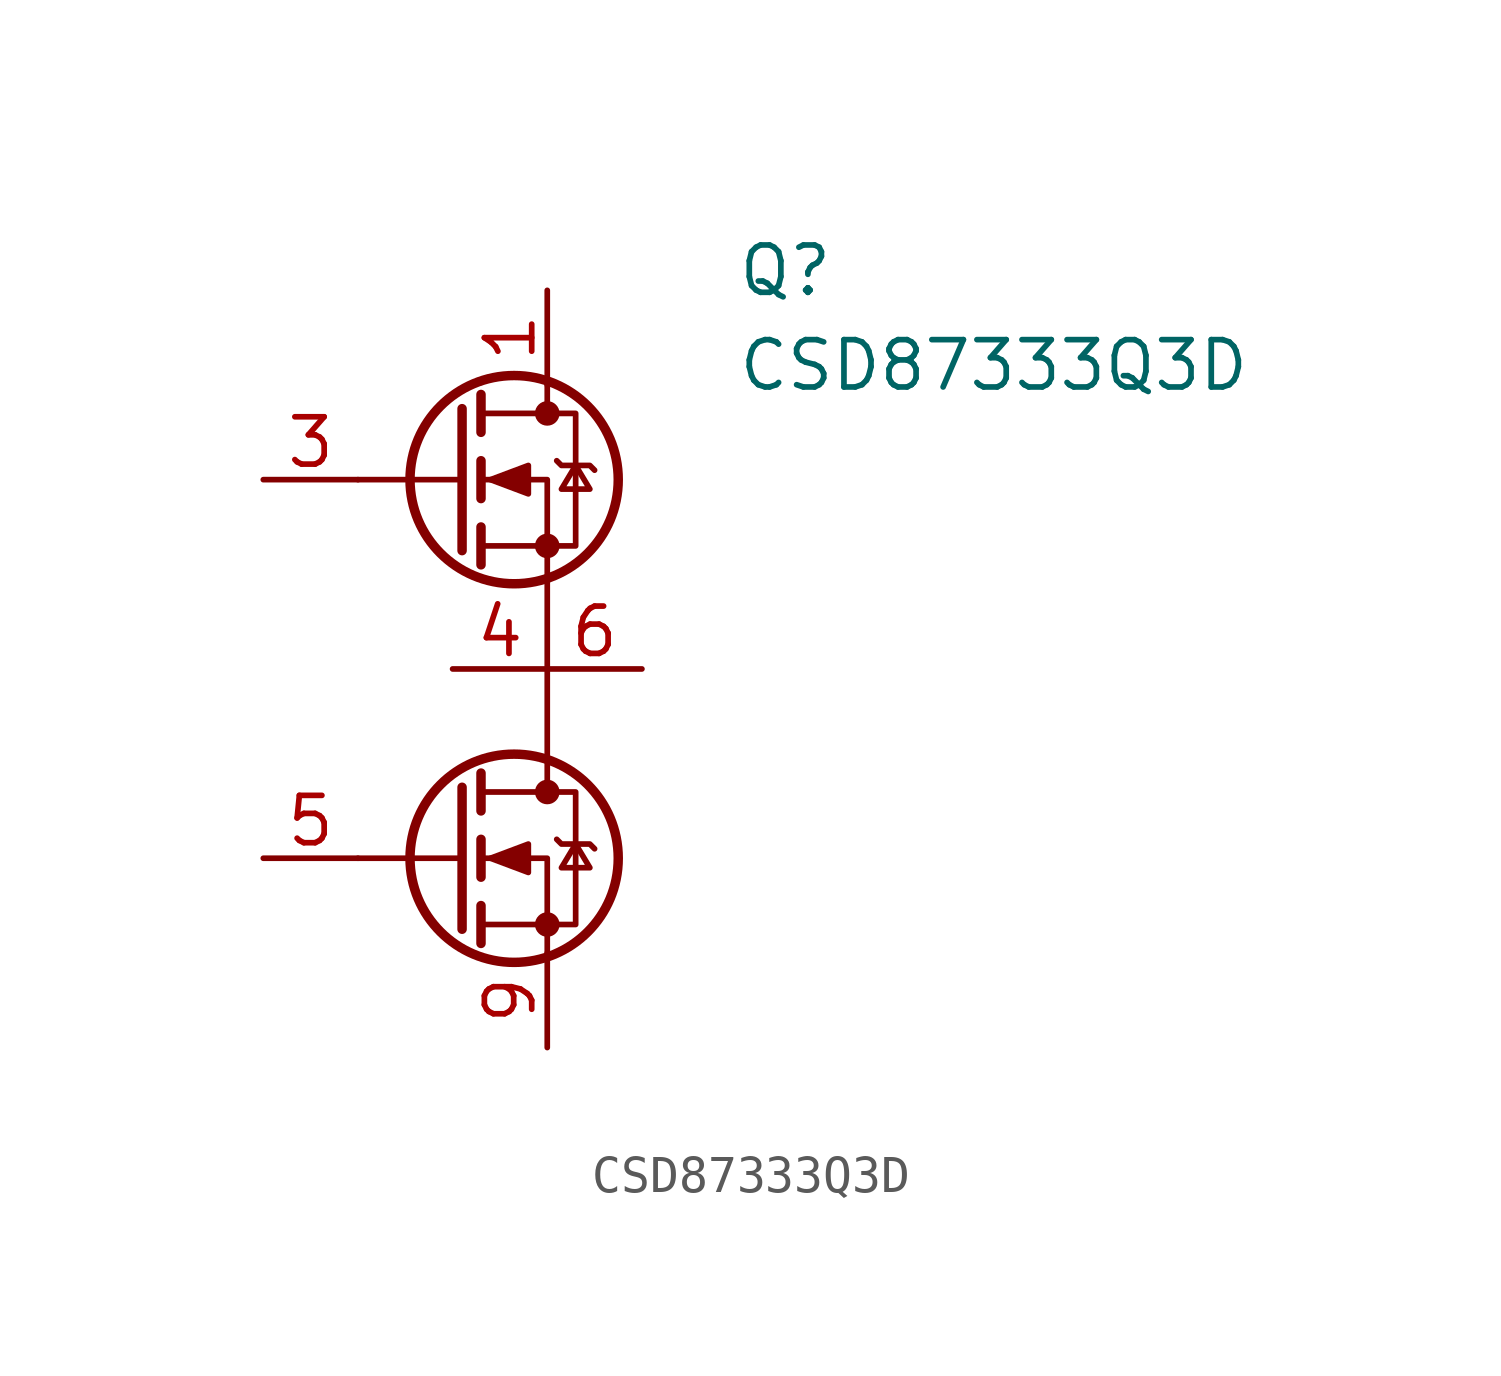
<source format=kicad_sym>
(kicad_symbol_lib
  (version 20220914)
  (generator kicad_symbol_editor)
  (symbol "CSD87333Q3D"
    (pin_names hide)
    (property "Reference" "Q"
      (at 5.08 11.43 0)
      (effects (font (size 1.27 1.27)) (justify left top)))
    (property "Value" "CSD87333Q3D"
      (at 5.08 8.89 0)
      (effects (font (size 1.27 1.27)) (justify left top)))
    (symbol "CSD87333Q3D_0_1"
      (circle (center -0.889 -5.08) (radius 2.794) (stroke (width 0.254) (type default)) (fill (type none)))
      (circle (center -0.889 5.08) (radius 2.794) (stroke (width 0.254) (type default)) (fill (type none)))
      (circle (center 0 -6.858) (radius 0.254) (stroke (width 0) (type default)) (fill (type outline)))
      (circle (center 0 -3.302) (radius 0.254) (stroke (width 0) (type default)) (fill (type outline)))
      (polyline (pts (xy -2.286 -5.08) (xy -5.08 -5.08)) (stroke (width 0) (type default)) (fill (type none)))
      (polyline (pts (xy -2.286 -3.175) (xy -2.286 -6.985)) (stroke (width 0.254) (type default)) (fill (type none)))
      (polyline (pts (xy -2.286 5.08) (xy -5.08 5.08)) (stroke (width 0) (type default)) (fill (type none)))
      (polyline (pts (xy -2.286 6.985) (xy -2.286 3.175)) (stroke (width 0.254) (type default)) (fill (type none)))
      (polyline (pts (xy -1.778 -6.35) (xy -1.778 -7.366)) (stroke (width 0.254) (type default)) (fill (type none)))
      (polyline (pts (xy -1.778 -4.572) (xy -1.778 -5.588)) (stroke (width 0.254) (type default)) (fill (type none)))
      (polyline (pts (xy -1.778 -2.794) (xy -1.778 -3.81)) (stroke (width 0.254) (type default)) (fill (type none)))
      (polyline (pts (xy -1.778 3.81) (xy -1.778 2.794)) (stroke (width 0.254) (type default)) (fill (type none)))
      (polyline (pts (xy -1.778 5.588) (xy -1.778 4.572)) (stroke (width 0.254) (type default)) (fill (type none)))
      (polyline (pts (xy -1.778 7.366) (xy -1.778 6.35)) (stroke (width 0.254) (type default)) (fill (type none)))
      (polyline (pts (xy 0 7.62) (xy 0 6.858)) (stroke (width 0) (type default)) (fill (type none)))
      (polyline (pts (xy 0 -7.62) (xy 0 -5.08) (xy -1.778 -5.08)) (stroke (width 0) (type default)) (fill (type none)))
      (polyline (pts (xy 0 -3.302) (xy 0 5.08) (xy -1.778 5.08)) (stroke (width 0) (type default)) (fill (type none)))
      (polyline (pts (xy -1.778 -6.858) (xy 0.762 -6.858) (xy 0.762 -3.302) (xy -1.778 -3.302)) (stroke (width 0) (type default)) (fill (type none)))
      (polyline (pts (xy -1.778 3.302) (xy 0.762 3.302) (xy 0.762 6.858) (xy -1.778 6.858)) (stroke (width 0) (type default)) (fill (type none)))
      (polyline (pts (xy -1.524 -5.08) (xy -0.508 -4.699) (xy -0.508 -5.461) (xy -1.524 -5.08)) (stroke (width 0) (type default)) (fill (type outline)))
      (polyline (pts (xy -1.524 5.08) (xy -0.508 5.461) (xy -0.508 4.699) (xy -1.524 5.08)) (stroke (width 0) (type default)) (fill (type outline)))
      (polyline (pts (xy 0.254 -4.572) (xy 0.381 -4.699) (xy 1.143 -4.699) (xy 1.27 -4.826)) (stroke (width 0) (type default)) (fill (type none)))
      (polyline (pts (xy 0.254 5.588) (xy 0.381 5.461) (xy 1.143 5.461) (xy 1.27 5.334)) (stroke (width 0) (type default)) (fill (type none)))
      (polyline (pts (xy 0.762 -4.699) (xy 0.381 -5.334) (xy 1.143 -5.334) (xy 0.762 -4.699)) (stroke (width 0) (type default)) (fill (type none)))
      (polyline (pts (xy 0.762 5.461) (xy 0.381 4.826) (xy 1.143 4.826) (xy 0.762 5.461)) (stroke (width 0) (type default)) (fill (type none)))
      (circle (center 0 3.302) (radius 0.254) (stroke (width 0) (type default)) (fill (type outline)))
      (circle (center 0 6.858) (radius 0.254) (stroke (width 0) (type default)) (fill (type outline))))
    (symbol "CSD87333Q3D_1_1"
      (pin passive line (at 0 10.16 270) (length 2.54) (name "VIN" (effects (font (size 1.27 1.27)))) (number "1" (effects (font (size 1.27 1.27)))))
      (pin passive line (at 0 -10.16 90) (length 2.54) hide (name "GND" (effects (font (size 1.27 1.27)))) (number "10" (effects (font (size 1.27 1.27)))))
      (pin passive line (at 0 -10.16 90) (length 2.54) hide (name "GND" (effects (font (size 1.27 1.27)))) (number "11" (effects (font (size 1.27 1.27)))))
      (pin passive line (at 0 -10.16 90) (length 2.54) hide (name "GND" (effects (font (size 1.27 1.27)))) (number "12" (effects (font (size 1.27 1.27)))))
      (pin passive line (at 0 -10.16 90) (length 2.54) hide (name "GND" (effects (font (size 1.27 1.27)))) (number "13" (effects (font (size 1.27 1.27)))))
      (pin passive line (at -7.62 5.08 0) (length 2.54) (name "TG" (effects (font (size 1.27 1.27)))) (number "3" (effects (font (size 1.27 1.27)))))
      (pin passive line (at -2.54 0 0) (length 2.54) (name "TGR" (effects (font (size 1.27 1.27)))) (number "4" (effects (font (size 1.27 1.27)))))
      (pin passive line (at -7.62 -5.08 0) (length 2.54) (name "BG" (effects (font (size 1.27 1.27)))) (number "5" (effects (font (size 1.27 1.27)))))
      (pin passive line (at 2.54 0 180) (length 2.54) (name "SW" (effects (font (size 1.27 1.27)))) (number "6" (effects (font (size 1.27 1.27)))))
      (pin passive line (at 2.54 0 180) (length 2.54) hide (name "SW" (effects (font (size 1.27 1.27)))) (number "7" (effects (font (size 1.27 1.27)))))
      (pin passive line (at 2.54 0 180) (length 2.54) hide (name "SW" (effects (font (size 1.27 1.27)))) (number "8" (effects (font (size 1.27 1.27)))))
      (pin passive line (at 0 -10.16 90) (length 2.54) (name "GND" (effects (font (size 1.27 1.27)))) (number "9" (effects (font (size 1.27 1.27))))))))
</source>
